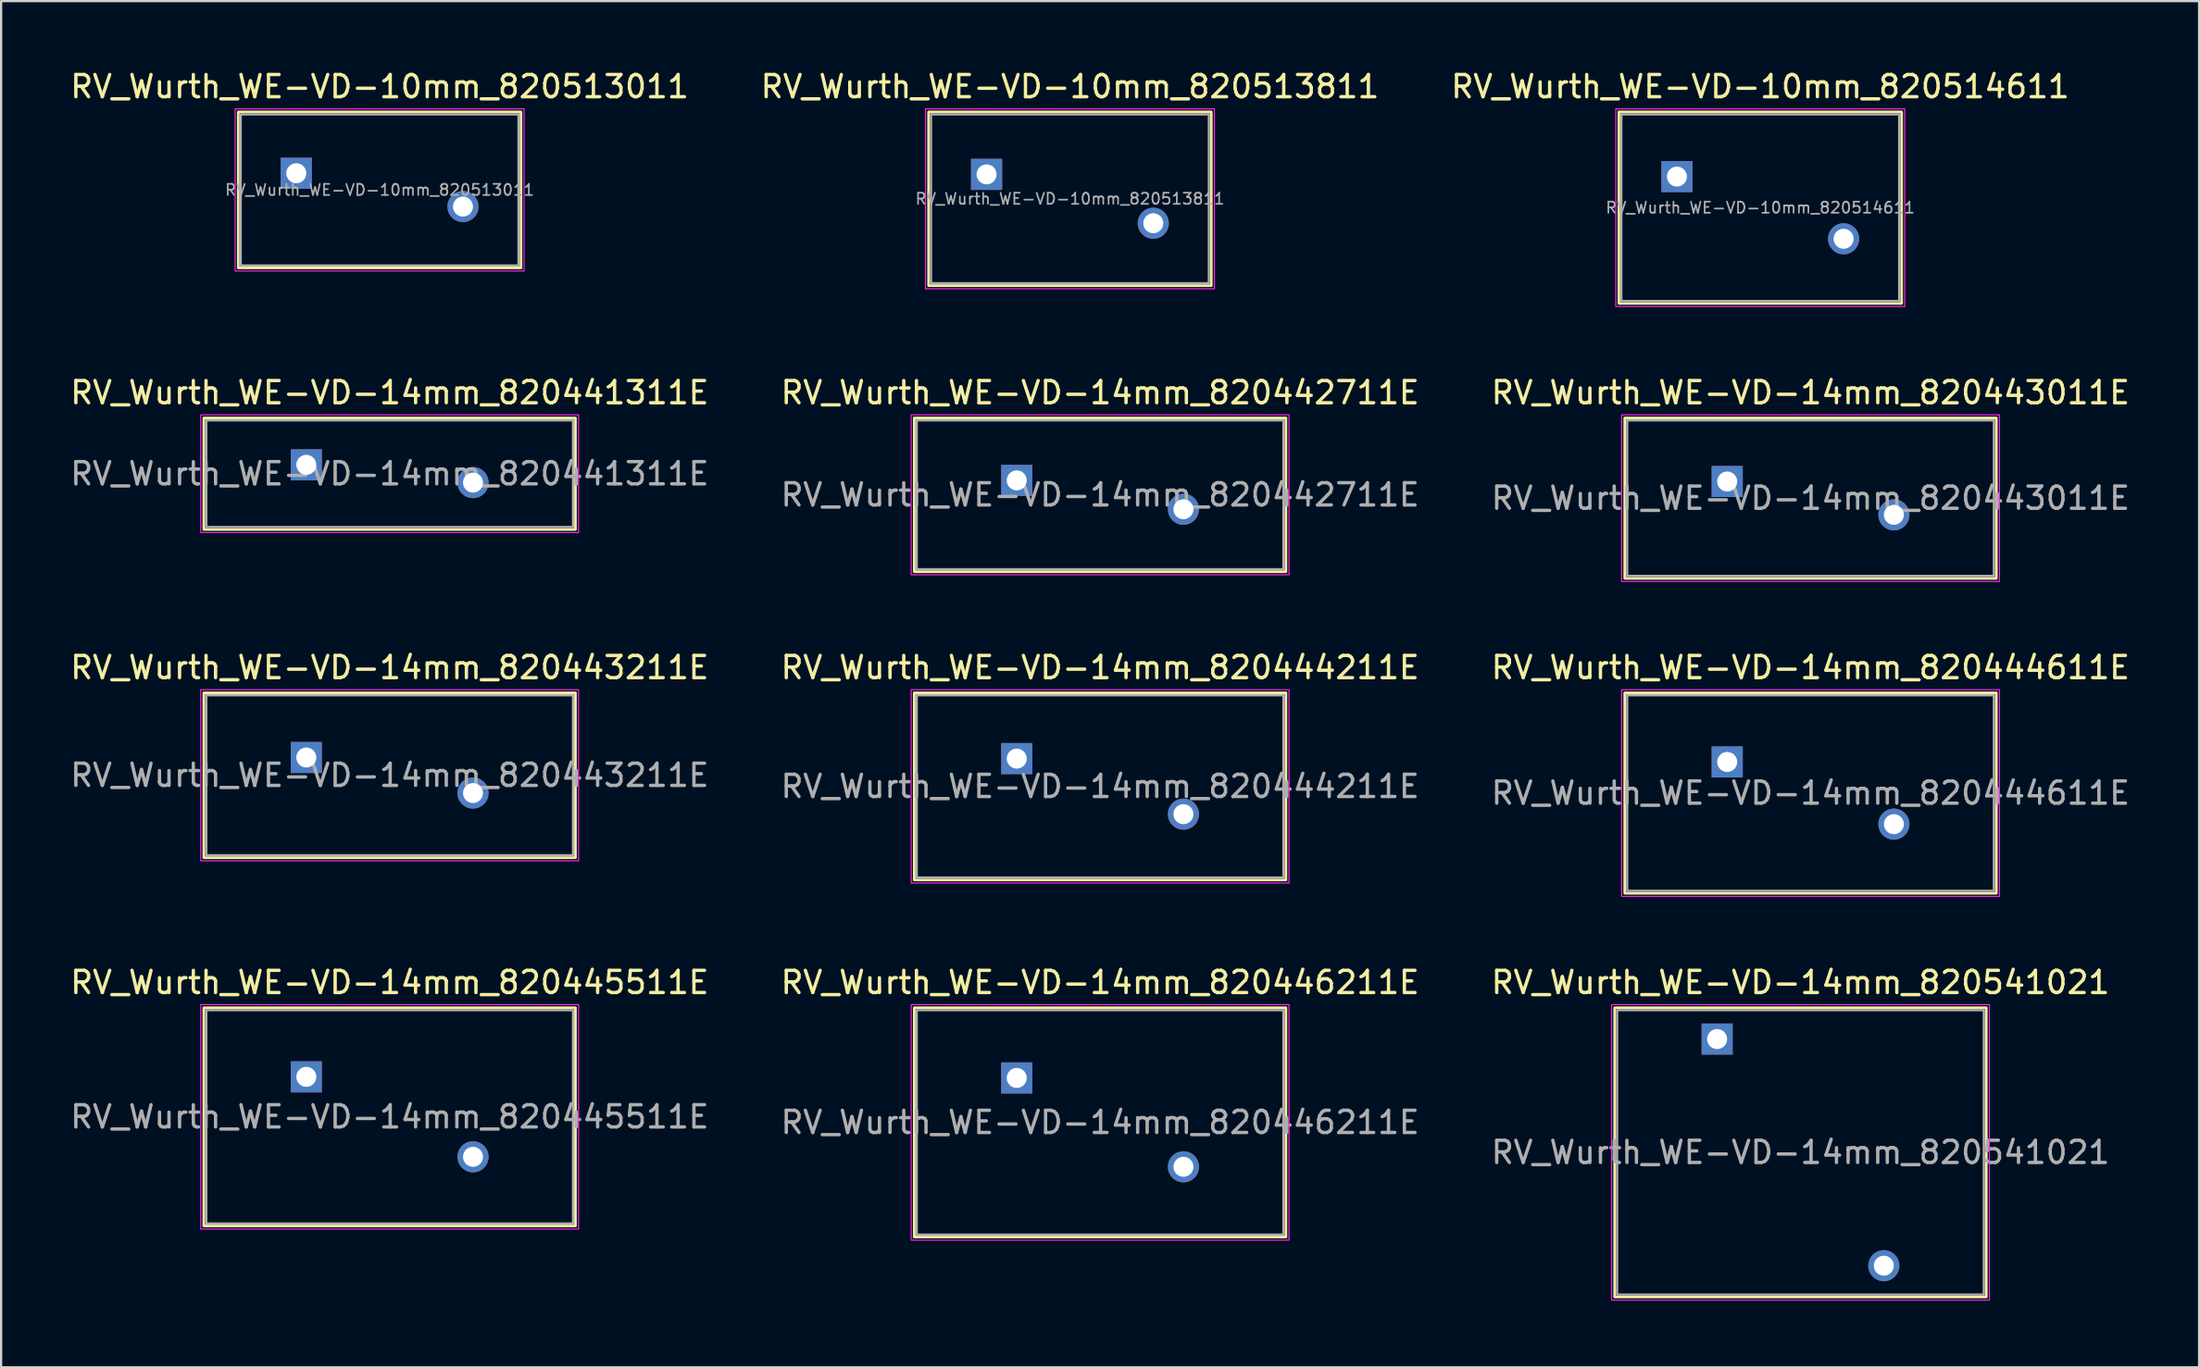
<source format=kicad_pcb>
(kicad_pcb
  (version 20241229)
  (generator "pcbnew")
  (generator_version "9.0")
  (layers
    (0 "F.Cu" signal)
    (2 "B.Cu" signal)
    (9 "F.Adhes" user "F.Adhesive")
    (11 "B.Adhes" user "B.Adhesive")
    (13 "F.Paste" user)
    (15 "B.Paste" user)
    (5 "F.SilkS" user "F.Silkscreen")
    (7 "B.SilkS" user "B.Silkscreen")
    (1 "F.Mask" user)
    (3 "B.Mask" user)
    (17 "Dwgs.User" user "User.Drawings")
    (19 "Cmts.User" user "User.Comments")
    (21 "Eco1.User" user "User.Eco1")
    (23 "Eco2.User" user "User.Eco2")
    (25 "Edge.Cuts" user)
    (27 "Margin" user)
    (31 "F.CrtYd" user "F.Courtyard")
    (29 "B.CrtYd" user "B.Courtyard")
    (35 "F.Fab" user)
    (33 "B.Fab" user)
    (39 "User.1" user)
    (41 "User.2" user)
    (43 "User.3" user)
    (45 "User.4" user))
  (footprint "RV_Wurth_WE-VD-10mm_820513011"
    (layer "F.Cu")
    (at 10.28 4.748)
    (property "Reference" "RV_Wurth_WE-VD-10mm_820513011" (at 3.75 -3.9 0) (unlocked yes) (layer "F.SilkS") (effects (font (size 1 1) (thickness 0.15))))
    (attr through_hole)
    (fp_rect (start -2.61 -2.76) (end 10.11 4.26) (stroke (width 0.12) (type solid)) (fill no) (layer "F.SilkS"))
    (fp_rect (start -2.75 -2.9) (end 10.25 4.4) (stroke (width 0.05) (type solid)) (fill no) (layer "F.CrtYd"))
    (fp_rect (start -2.5 -2.65) (end 10 4.15) (stroke (width 0.1) (type solid)) (fill no) (layer "F.Fab"))
    (fp_text user "${REFERENCE}" (at 3.75 0.75 0) (unlocked yes) (layer "F.Fab") (effects (font (size 0.5 0.5) (thickness 0.075))))
    (pad "1" thru_hole rect (at 0 0) (size 1.4 1.4) (drill 0.9) (layers "*.Cu" "*.Mask"))
    (pad "2" thru_hole circle (at 7.5 1.5) (size 1.4 1.4) (drill 0.9) (layers "*.Cu" "*.Mask")))
  (footprint "RV_Wurth_WE-VD-14mm_820442711E"
    (layer "F.Cu")
    (at 42.696 18.572)
    (property "Reference" "RV_Wurth_WE-VD-14mm_820442711E" (at 3.75 -3.95 0) (unlocked yes) (layer "F.SilkS") (effects (font (size 1 1) (thickness 0.15))))
    (attr through_hole)
    (fp_rect (start -4.61 -2.81) (end 12.11 4.11) (stroke (width 0.12) (type solid)) (fill no) (layer "F.SilkS"))
    (fp_rect (start -4.75 -2.95) (end 12.25 4.25) (stroke (width 0.05) (type solid)) (fill no) (layer "F.CrtYd"))
    (fp_rect (start -4.5 -2.7) (end 12 4) (stroke (width 0.1) (type solid)) (fill no) (layer "F.Fab"))
    (fp_text user "${REFERENCE}" (at 3.75 0.65 0) (unlocked yes) (layer "F.Fab") (effects (font (size 1 1) (thickness 0.15))))
    (pad "1" thru_hole rect (at 0 0) (size 1.4 1.4) (drill 0.9) (layers "*.Cu" "*.Mask"))
    (pad "2" thru_hole circle (at 7.5 1.3) (size 1.4 1.4) (drill 0.9) (layers "*.Cu" "*.Mask")))
  (footprint "RV_Wurth_WE-VD-14mm_820444211E"
    (layer "F.Cu")
    (at 42.696 31.095)
    (property "Reference" "RV_Wurth_WE-VD-14mm_820444211E" (at 3.75 -4.1 0) (unlocked yes) (layer "F.SilkS") (effects (font (size 1 1) (thickness 0.15))))
    (attr through_hole)
    (fp_rect (start -4.61 -2.96) (end 12.11 5.46) (stroke (width 0.12) (type solid)) (fill no) (layer "F.SilkS"))
    (fp_rect (start -4.75 -3.1) (end 12.25 5.6) (stroke (width 0.05) (type solid)) (fill no) (layer "F.CrtYd"))
    (fp_rect (start -4.5 -2.85) (end 12 5.35) (stroke (width 0.1) (type solid)) (fill no) (layer "F.Fab"))
    (fp_text user "${REFERENCE}" (at 3.75 1.25 0) (unlocked yes) (layer "F.Fab") (effects (font (size 1 1) (thickness 0.15))))
    (pad "1" thru_hole rect (at 0 0) (size 1.4 1.4) (drill 0.9) (layers "*.Cu" "*.Mask"))
    (pad "2" thru_hole circle (at 7.5 2.5) (size 1.4 1.4) (drill 0.9) (layers "*.Cu" "*.Mask")))
  (footprint "RV_Wurth_WE-VD-14mm_820441311E"
    (layer "F.Cu")
    (at 10.732 17.872)
    (property "Reference" "RV_Wurth_WE-VD-14mm_820441311E" (at 3.75 -3.25 0) (unlocked yes) (layer "F.SilkS") (effects (font (size 1 1) (thickness 0.15))))
    (attr through_hole)
    (fp_rect (start -4.61 -2.11) (end 12.11 2.91) (stroke (width 0.12) (type solid)) (fill no) (layer "F.SilkS"))
    (fp_rect (start -4.75 -2.25) (end 12.25 3.05) (stroke (width 0.05) (type solid)) (fill no) (layer "F.CrtYd"))
    (fp_rect (start -4.5 -2) (end 12 2.8) (stroke (width 0.1) (type solid)) (fill no) (layer "F.Fab"))
    (fp_text user "${REFERENCE}" (at 3.75 0.4 0) (unlocked yes) (layer "F.Fab") (effects (font (size 1 1) (thickness 0.15))))
    (pad "1" thru_hole rect (at 0 0) (size 1.4 1.4) (drill 0.9) (layers "*.Cu" "*.Mask"))
    (pad "2" thru_hole circle (at 7.5 0.8) (size 1.4 1.4) (drill 0.9) (layers "*.Cu" "*.Mask")))
  (footprint "RV_Wurth_WE-VD-14mm_820445511E"
    (layer "F.Cu")
    (at 10.732 45.418)
    (property "Reference" "RV_Wurth_WE-VD-14mm_820445511E" (at 3.75 -4.25 0) (unlocked yes) (layer "F.SilkS") (effects (font (size 1 1) (thickness 0.15))))
    (attr through_hole)
    (fp_rect (start -4.61 -3.11) (end 12.11 6.71) (stroke (width 0.12) (type solid)) (fill no) (layer "F.SilkS"))
    (fp_rect (start -4.75 -3.25) (end 12.25 6.85) (stroke (width 0.05) (type solid)) (fill no) (layer "F.CrtYd"))
    (fp_rect (start -4.5 -3) (end 12 6.6) (stroke (width 0.1) (type solid)) (fill no) (layer "F.Fab"))
    (fp_text user "${REFERENCE}" (at 3.75 1.8 0) (unlocked yes) (layer "F.Fab") (effects (font (size 1 1) (thickness 0.15))))
    (pad "1" thru_hole rect (at 0 0) (size 1.4 1.4) (drill 0.9) (layers "*.Cu" "*.Mask"))
    (pad "2" thru_hole circle (at 7.5 3.6) (size 1.4 1.4) (drill 0.9) (layers "*.Cu" "*.Mask")))
  (footprint "RV_Wurth_WE-VD-14mm_820443211E"
    (layer "F.Cu")
    (at 10.732 31.045)
    (property "Reference" "RV_Wurth_WE-VD-14mm_820443211E" (at 3.75 -4.05 0) (unlocked yes) (layer "F.SilkS") (effects (font (size 1 1) (thickness 0.15))))
    (attr through_hole)
    (fp_rect (start -4.61 -2.91) (end 12.11 4.51) (stroke (width 0.12) (type solid)) (fill no) (layer "F.SilkS"))
    (fp_rect (start -4.75 -3.05) (end 12.25 4.65) (stroke (width 0.05) (type solid)) (fill no) (layer "F.CrtYd"))
    (fp_rect (start -4.5 -2.8) (end 12 4.4) (stroke (width 0.1) (type solid)) (fill no) (layer "F.Fab"))
    (fp_text user "${REFERENCE}" (at 3.75 0.8 0) (unlocked yes) (layer "F.Fab") (effects (font (size 1 1) (thickness 0.15))))
    (pad "1" thru_hole rect (at 0 0) (size 1.4 1.4) (drill 0.9) (layers "*.Cu" "*.Mask"))
    (pad "2" thru_hole circle (at 7.5 1.6) (size 1.4 1.4) (drill 0.9) (layers "*.Cu" "*.Mask")))
  (footprint "RV_Wurth_WE-VD-10mm_820514611"
    (layer "F.Cu")
    (at 72.399 4.898)
    (property "Reference" "RV_Wurth_WE-VD-10mm_820514611" (at 3.75 -4.05 0) (unlocked yes) (layer "F.SilkS") (effects (font (size 1 1) (thickness 0.15))))
    (attr through_hole)
    (fp_rect (start -2.61 -2.91) (end 10.11 5.71) (stroke (width 0.12) (type solid)) (fill no) (layer "F.SilkS"))
    (fp_rect (start -2.75 -3.05) (end 10.25 5.85) (stroke (width 0.05) (type solid)) (fill no) (layer "F.CrtYd"))
    (fp_rect (start -2.5 -2.8) (end 10 5.6) (stroke (width 0.1) (type solid)) (fill no) (layer "F.Fab"))
    (fp_text user "${REFERENCE}" (at 3.75 1.4 0) (unlocked yes) (layer "F.Fab") (effects (font (size 0.5 0.5) (thickness 0.075))))
    (pad "1" thru_hole rect (at 0 0) (size 1.4 1.4) (drill 0.9) (layers "*.Cu" "*.Mask"))
    (pad "2" thru_hole circle (at 7.5 2.8) (size 1.4 1.4) (drill 0.9) (layers "*.Cu" "*.Mask")))
  (footprint "RV_Wurth_WE-VD-14mm_820443011E"
    (layer "F.Cu")
    (at 74.661 18.622)
    (property "Reference" "RV_Wurth_WE-VD-14mm_820443011E" (at 3.75 -4 0) (unlocked yes) (layer "F.SilkS") (effects (font (size 1 1) (thickness 0.15))))
    (attr through_hole)
    (fp_rect (start -4.61 -2.86) (end 12.11 4.36) (stroke (width 0.12) (type solid)) (fill no) (layer "F.SilkS"))
    (fp_rect (start -4.75 -3) (end 12.25 4.5) (stroke (width 0.05) (type solid)) (fill no) (layer "F.CrtYd"))
    (fp_rect (start -4.5 -2.75) (end 12 4.25) (stroke (width 0.1) (type solid)) (fill no) (layer "F.Fab"))
    (fp_text user "${REFERENCE}" (at 3.75 0.75 0) (unlocked yes) (layer "F.Fab") (effects (font (size 1 1) (thickness 0.15))))
    (pad "1" thru_hole rect (at 0 0) (size 1.4 1.4) (drill 0.9) (layers "*.Cu" "*.Mask"))
    (pad "2" thru_hole circle (at 7.5 1.5) (size 1.4 1.4) (drill 0.9) (layers "*.Cu" "*.Mask")))
  (footprint "RV_Wurth_WE-VD-10mm_820513811"
    (layer "F.Cu")
    (at 41.339 4.798)
    (property "Reference" "RV_Wurth_WE-VD-10mm_820513811" (at 3.75 -3.95 0) (unlocked yes) (layer "F.SilkS") (effects (font (size 1 1) (thickness 0.15))))
    (attr through_hole)
    (fp_rect (start -2.61 -2.81) (end 10.11 5.01) (stroke (width 0.12) (type solid)) (fill no) (layer "F.SilkS"))
    (fp_rect (start -2.75 -2.95) (end 10.25 5.15) (stroke (width 0.05) (type solid)) (fill no) (layer "F.CrtYd"))
    (fp_rect (start -2.5 -2.7) (end 10 4.9) (stroke (width 0.1) (type solid)) (fill no) (layer "F.Fab"))
    (fp_text user "${REFERENCE}" (at 3.75 1.1 0) (unlocked yes) (layer "F.Fab") (effects (font (size 0.5 0.5) (thickness 0.075))))
    (pad "1" thru_hole rect (at 0 0) (size 1.4 1.4) (drill 0.9) (layers "*.Cu" "*.Mask"))
    (pad "2" thru_hole circle (at 7.5 2.2) (size 1.4 1.4) (drill 0.9) (layers "*.Cu" "*.Mask")))
  (footprint "RV_Wurth_WE-VD-14mm_820541021"
    (layer "F.Cu")
    (at 74.208 43.718)
    (property "Reference" "RV_Wurth_WE-VD-14mm_820541021" (at 3.75 -2.55 0) (unlocked yes) (layer "F.SilkS") (effects (font (size 1 1) (thickness 0.15))))
    (attr through_hole)
    (fp_rect (start -4.61 -1.41) (end 12.11 11.61) (stroke (width 0.12) (type solid)) (fill no) (layer "F.SilkS"))
    (fp_rect (start -4.75 -1.55) (end 12.25 11.75) (stroke (width 0.05) (type solid)) (fill no) (layer "F.CrtYd"))
    (fp_rect (start -4.5 -1.3) (end 12 11.5) (stroke (width 0.1) (type solid)) (fill no) (layer "F.Fab"))
    (fp_text user "${REFERENCE}" (at 3.75 5.1 0) (unlocked yes) (layer "F.Fab") (effects (font (size 1 1) (thickness 0.15))))
    (pad "1" thru_hole rect (at 0 0) (size 1.4 1.4) (drill 0.9) (layers "*.Cu" "*.Mask"))
    (pad "2" thru_hole circle (at 7.5 10.2) (size 1.4 1.4) (drill 0.9) (layers "*.Cu" "*.Mask")))
  (footprint "RV_Wurth_WE-VD-14mm_820444611E"
    (layer "F.Cu")
    (at 74.661 31.245)
    (property "Reference" "RV_Wurth_WE-VD-14mm_820444611E" (at 3.75 -4.25 0) (unlocked yes) (layer "F.SilkS") (effects (font (size 1 1) (thickness 0.15))))
    (attr through_hole)
    (fp_rect (start -4.61 -3.11) (end 12.11 5.91) (stroke (width 0.12) (type solid)) (fill no) (layer "F.SilkS"))
    (fp_rect (start -4.75 -3.25) (end 12.25 6.05) (stroke (width 0.05) (type solid)) (fill no) (layer "F.CrtYd"))
    (fp_rect (start -4.5 -3) (end 12 5.8) (stroke (width 0.1) (type solid)) (fill no) (layer "F.Fab"))
    (fp_text user "${REFERENCE}" (at 3.75 1.4 0) (unlocked yes) (layer "F.Fab") (effects (font (size 1 1) (thickness 0.15))))
    (pad "1" thru_hole rect (at 0 0) (size 1.4 1.4) (drill 0.9) (layers "*.Cu" "*.Mask"))
    (pad "2" thru_hole circle (at 7.5 2.8) (size 1.4 1.4) (drill 0.9) (layers "*.Cu" "*.Mask")))
  (footprint "RV_Wurth_WE-VD-14mm_820446211E"
    (layer "F.Cu")
    (at 42.696 45.468)
    (property "Reference" "RV_Wurth_WE-VD-14mm_820446211E" (at 3.75 -4.3 0) (unlocked yes) (layer "F.SilkS") (effects (font (size 1 1) (thickness 0.15))))
    (attr through_hole)
    (fp_rect (start -4.61 -3.16) (end 12.11 7.16) (stroke (width 0.12) (type solid)) (fill no) (layer "F.SilkS"))
    (fp_rect (start -4.75 -3.3) (end 12.25 7.3) (stroke (width 0.05) (type solid)) (fill no) (layer "F.CrtYd"))
    (fp_rect (start -4.5 -3.05) (end 12 7.05) (stroke (width 0.1) (type solid)) (fill no) (layer "F.Fab"))
    (fp_text user "${REFERENCE}" (at 3.75 2 0) (unlocked yes) (layer "F.Fab") (effects (font (size 1 1) (thickness 0.15))))
    (pad "1" thru_hole rect (at 0 0) (size 1.4 1.4) (drill 0.9) (layers "*.Cu" "*.Mask"))
    (pad "2" thru_hole circle (at 7.5 4) (size 1.4 1.4) (drill 0.9) (layers "*.Cu" "*.Mask")))
  (gr_rect
    (start -3 -3)
    (end 95.893 58.493)
    (stroke (width 0.1) (type default))
    (fill no)
    (layer "Edge.Cuts")))
</source>
